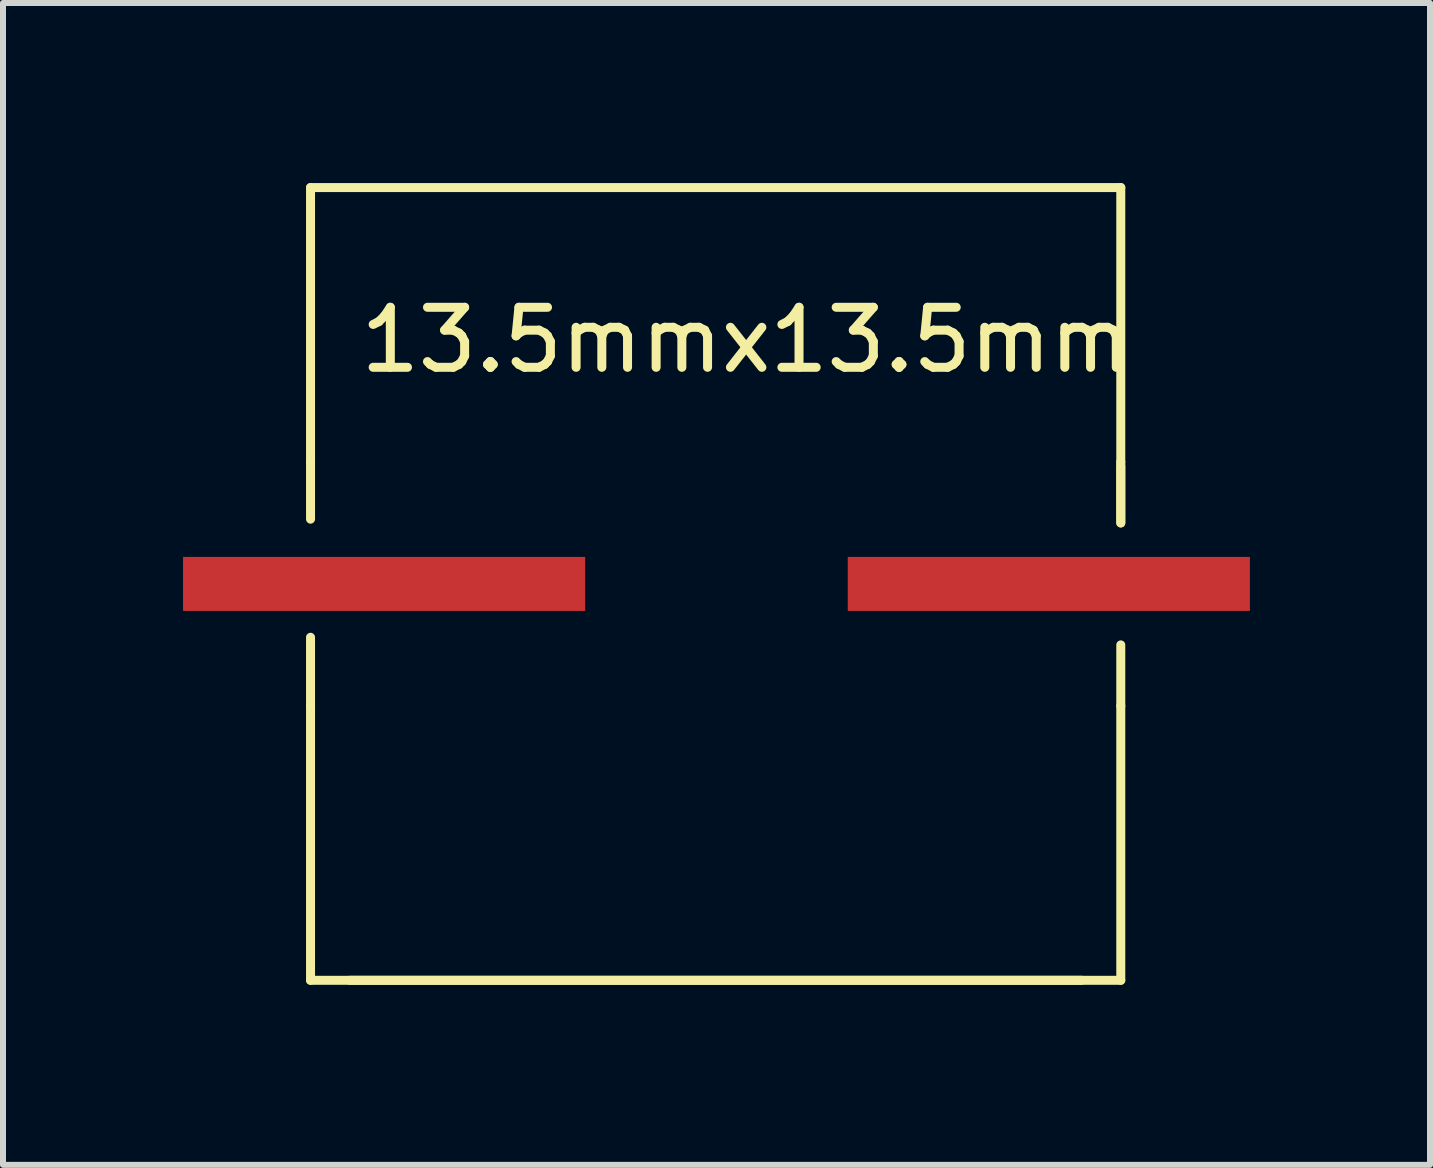
<source format=kicad_pcb>
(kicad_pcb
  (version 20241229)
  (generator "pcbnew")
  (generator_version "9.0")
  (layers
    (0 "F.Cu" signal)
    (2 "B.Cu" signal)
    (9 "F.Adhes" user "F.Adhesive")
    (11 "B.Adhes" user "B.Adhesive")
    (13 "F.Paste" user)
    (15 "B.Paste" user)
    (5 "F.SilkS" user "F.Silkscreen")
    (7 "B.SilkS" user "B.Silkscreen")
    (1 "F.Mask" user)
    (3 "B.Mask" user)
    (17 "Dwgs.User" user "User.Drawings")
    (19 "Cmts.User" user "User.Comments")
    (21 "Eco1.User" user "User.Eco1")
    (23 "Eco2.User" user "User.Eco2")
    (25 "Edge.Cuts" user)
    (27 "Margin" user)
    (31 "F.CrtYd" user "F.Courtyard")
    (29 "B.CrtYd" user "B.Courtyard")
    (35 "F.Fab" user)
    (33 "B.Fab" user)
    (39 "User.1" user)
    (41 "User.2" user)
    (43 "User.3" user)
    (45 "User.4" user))
  (footprint "13.5mmx13.5mm"
    (layer "F.Cu")
    (at 8.874 6.679)
    (property "Reference" "13.5mmx13.5mm" (at 0.508 -4.064 0) (layer "F.SilkS") (effects (font (size 1 1) (thickness 0.15))))
    (attr through_hole)
    (fp_line (start -6.75 -2.032) (end -6.75 -6.604) (stroke (width 0.15) (type solid)) (layer "F.SilkS"))
    (fp_line (start -6.75 -2.032) (end -6.75 -1.079) (stroke (width 0.15) (type solid)) (layer "F.SilkS"))
    (fp_line (start -6.75 0.889) (end -6.75 2.032) (stroke (width 0.15) (type solid)) (layer "F.SilkS"))
    (fp_line (start -6.75 6.604) (end -6.75 2.032) (stroke (width 0.15) (type solid)) (layer "F.SilkS"))
    (fp_line (start -6.096 6.604) (end 6.096 6.604) (stroke (width 0.15) (type solid)) (layer "F.SilkS"))
    (fp_line (start 6.75 -6.604) (end -6.75 -6.604) (stroke (width 0.15) (type solid)) (layer "F.SilkS"))
    (fp_line (start 6.75 -2.032) (end 6.75 -6.604) (stroke (width 0.15) (type solid)) (layer "F.SilkS"))
    (fp_line (start 6.75 -1.968) (end 6.75 -1.016) (stroke (width 0.15) (type solid)) (layer "F.SilkS"))
    (fp_line (start 6.75 -1.016) (end 6.75 -2.032) (stroke (width 0.15) (type solid)) (layer "F.SilkS"))
    (fp_line (start 6.75 1.016) (end 6.75 2.032) (stroke (width 0.15) (type solid)) (layer "F.SilkS"))
    (fp_line (start 6.75 6.604) (end -6.75 6.604) (stroke (width 0.15) (type solid)) (layer "F.SilkS"))
    (fp_line (start 6.75 6.604) (end 6.75 2.032) (stroke (width 0.15) (type solid)) (layer "F.SilkS"))
    (pad "1" smd rect (at 5.551 0) (size 6.7 0.9) (layers "F.Cu" "F.Mask" "F.Paste"))
    (pad "2" smd rect (at -5.524 0) (size 6.7 0.9) (layers "F.Cu" "F.Mask" "F.Paste")))
  (gr_rect
    (start -3 -3)
    (end 20.776 16.358)
    (stroke (width 0.1) (type default))
    (fill no)
    (layer "Edge.Cuts")))
</source>
